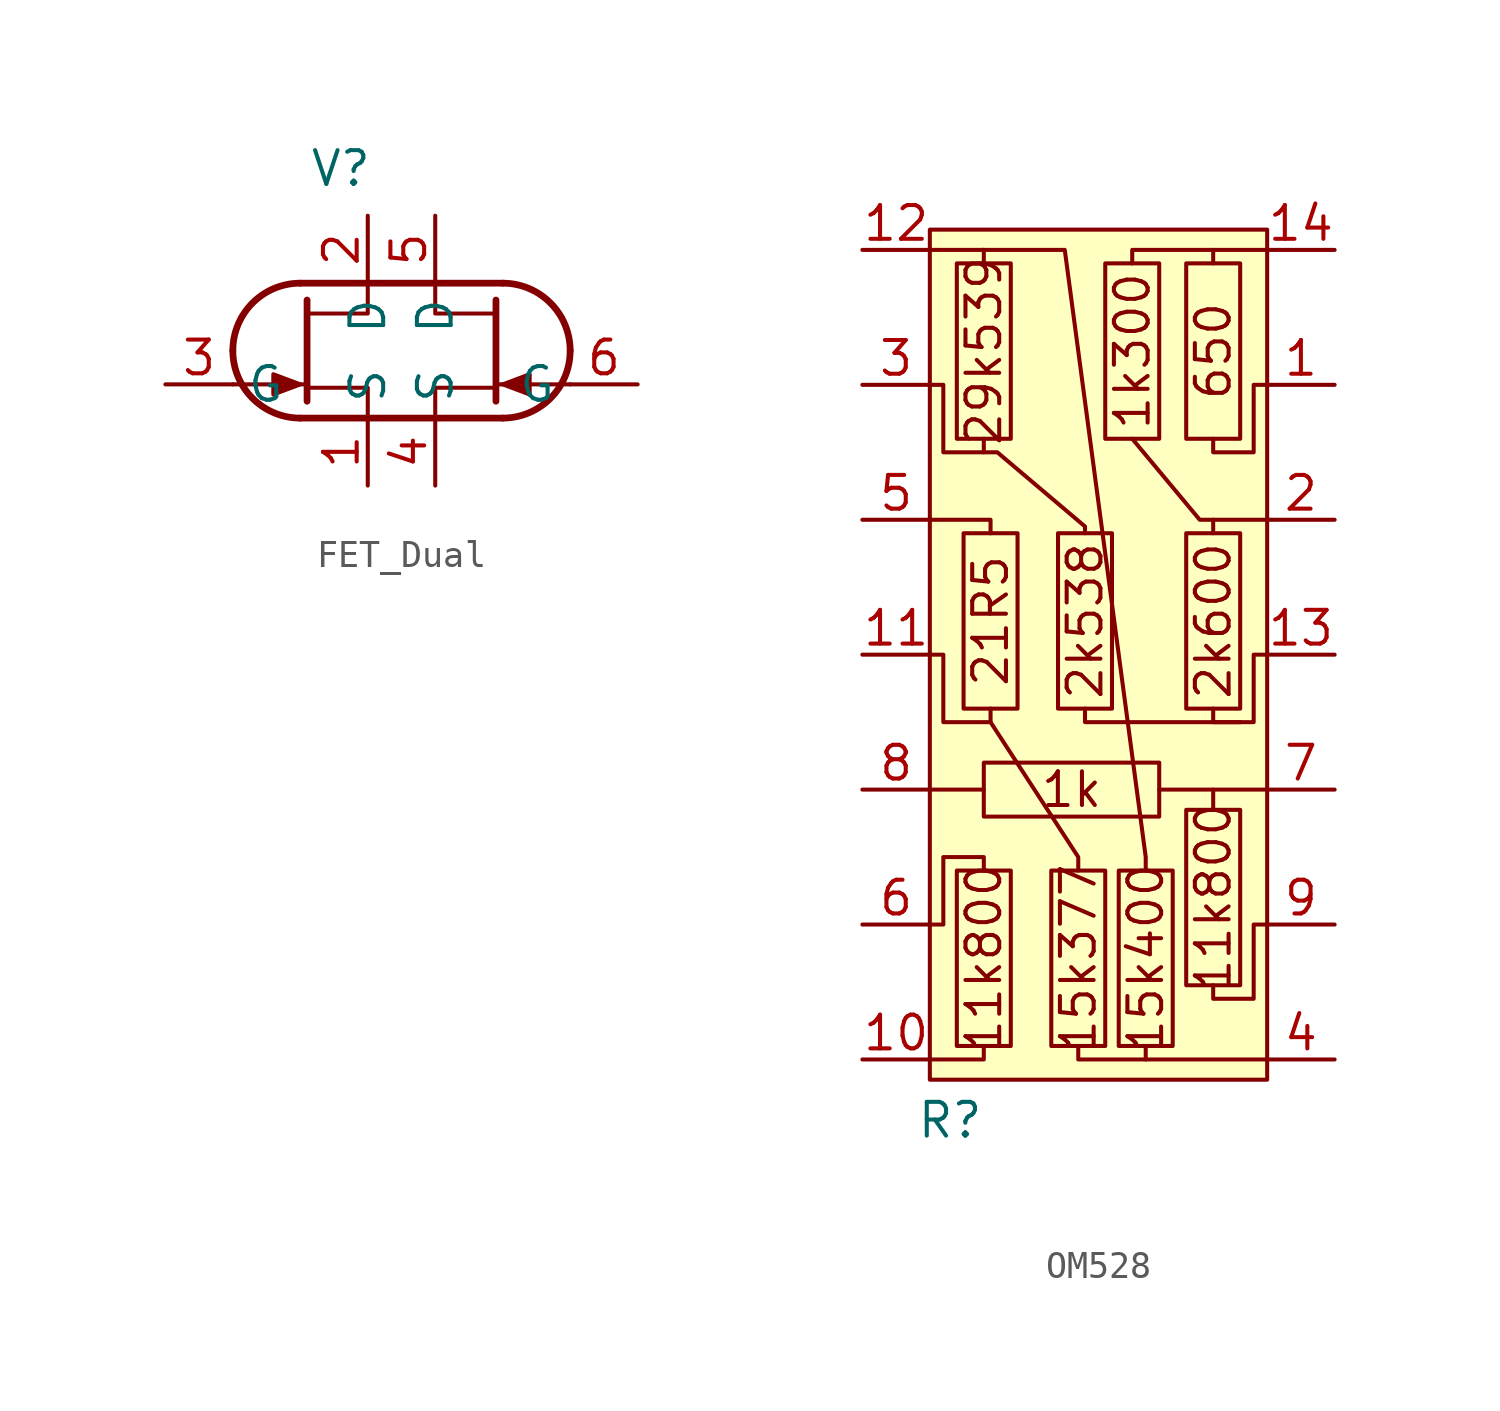
<source format=kicad_sym>
(kicad_symbol_lib
  (version 20241209)
  (generator "kicad_symbol_editor")
  (generator_version "9.0")
  (symbol "FET_Dual"
    (property "Reference" "V"
      (at -2.286 6.858 0)
      (effects (font (size 1.27 1.27))))
    (property "Value" ""
      (at 0 0 0)
      (effects (font (size 1.27 1.27))))
    (symbol "FET_Dual_0_1"
      (arc (start -6.35 0) (mid -5.6061 1.7961) (end -3.81 2.54) (stroke (width 0.254) (type default)) (fill (type none)))
      (arc (start -3.81 -2.54) (mid -5.6061 -1.7961) (end -6.35 0) (stroke (width 0.254) (type default)) (fill (type none)))
      (polyline (pts (xy -3.81 2.54) (xy 3.81 2.54)) (stroke (width 0.254) (type default)) (fill (type none)))
      (polyline (pts (xy -3.81 -1.27) (xy -4.826 -0.889) (xy -4.826 -1.651) (xy -3.81 -1.27)) (stroke (width 0) (type default)) (fill (type outline)))
      (polyline (pts (xy -3.556 1.905) (xy -3.556 -1.905)) (stroke (width 0.254) (type default)) (fill (type none)))
      (polyline (pts (xy -3.556 -1.27) (xy -6.35 -1.27)) (stroke (width 0) (type default)) (fill (type none)))
      (polyline (pts (xy -1.27 2.54) (xy -1.27 1.397) (xy -3.556 1.397)) (stroke (width 0) (type default)) (fill (type none)))
      (polyline (pts (xy -1.27 -2.54) (xy -1.27 -1.397) (xy -3.556 -1.397)) (stroke (width 0) (type default)) (fill (type none)))
      (polyline (pts (xy 1.27 2.54) (xy 1.27 1.397) (xy 3.556 1.397)) (stroke (width 0) (type default)) (fill (type none)))
      (polyline (pts (xy 1.27 -2.54) (xy 1.27 -1.397) (xy 3.556 -1.397)) (stroke (width 0) (type default)) (fill (type none)))
      (polyline (pts (xy 3.556 1.905) (xy 3.556 -1.905)) (stroke (width 0.254) (type default)) (fill (type none)))
      (polyline (pts (xy 3.556 -1.27) (xy 6.35 -1.27)) (stroke (width 0) (type default)) (fill (type none)))
      (arc (start 3.81 2.54) (mid 5.6061 1.7961) (end 6.35 0) (stroke (width 0.254) (type default)) (fill (type none)))
      (arc (start 6.35 0) (mid 5.6061 -1.7961) (end 3.81 -2.54) (stroke (width 0.254) (type default)) (fill (type none)))
      (polyline (pts (xy 3.81 -1.27) (xy 4.826 -0.889) (xy 4.826 -1.651) (xy 3.81 -1.27)) (stroke (width 0) (type default)) (fill (type outline)))
      (polyline (pts (xy 3.81 -2.54) (xy -3.81 -2.54)) (stroke (width 0.254) (type default)) (fill (type none))))
    (symbol "FET_Dual_1_1"
      (pin input line (at -8.89 -1.27 0) (length 2.54) (name "G" (effects (font (size 1.27 1.27)))) (number "3" (effects (font (size 1.27 1.27)))))
      (pin passive line (at -1.27 5.08 270) (length 2.54) (name "D" (effects (font (size 1.27 1.27)))) (number "2" (effects (font (size 1.27 1.27)))))
      (pin passive line (at -1.27 -5.08 90) (length 2.54) (name "S" (effects (font (size 1.27 1.27)))) (number "1" (effects (font (size 1.27 1.27)))))
      (pin passive line (at 1.27 5.08 270) (length 2.54) (name "D" (effects (font (size 1.27 1.27)))) (number "5" (effects (font (size 1.27 1.27)))))
      (pin passive line (at 1.27 -5.08 90) (length 2.54) (name "S" (effects (font (size 1.27 1.27)))) (number "4" (effects (font (size 1.27 1.27)))))
      (pin input line (at 8.89 -1.27 180) (length 2.54) (name "G" (effects (font (size 1.27 1.27)))) (number "6" (effects (font (size 1.27 1.27)))))))
  (symbol "OM528"
    (property "Reference" "R"
      (at -5.588 -17.526 0)
      (effects (font (size 1.27 1.27))))
    (property "Value" ""
      (at 0 0 0)
      (effects (font (size 1.27 1.27))))
    (symbol "OM528_0_1"
      (polyline (pts (xy -6.35 5.08) (xy -4.064 5.08) (xy -4.064 4.572)) (stroke (width 0) (type default)) (fill (type none)))
      (polyline (pts (xy -6.35 -15.24) (xy -4.318 -15.24) (xy -4.318 -14.732)) (stroke (width 0) (type default)) (fill (type none)))
      (polyline (pts (xy -4.318 15.24) (xy -6.35 15.24)) (stroke (width 0) (type default)) (fill (type none)))
      (polyline (pts (xy -4.318 15.24) (xy -1.27 15.24) (xy 1.778 -7.62) (xy 1.778 -8.128)) (stroke (width 0) (type default)) (fill (type none)))
      (polyline (pts (xy -4.318 14.732) (xy -4.318 15.24)) (stroke (width 0) (type default)) (fill (type none)))
      (polyline (pts (xy -4.318 8.128) (xy -4.318 7.62) (xy -5.842 7.62) (xy -5.842 10.16) (xy -6.35 10.16)) (stroke (width 0) (type default)) (fill (type none)))
      (polyline (pts (xy -4.318 -5.08) (xy -6.35 -5.08)) (stroke (width 0) (type default)) (fill (type none)))
      (polyline (pts (xy -4.318 -8.128) (xy -4.318 -7.62) (xy -5.842 -7.62) (xy -5.842 -10.16) (xy -6.35 -10.16)) (stroke (width 0) (type default)) (fill (type none)))
      (polyline (pts (xy -4.064 -2.032) (xy -4.064 -2.54) (xy -5.842 -2.54) (xy -5.842 0) (xy -6.35 0)) (stroke (width 0) (type default)) (fill (type none)))
      (polyline (pts (xy -0.762 -8.128) (xy -0.762 -7.62) (xy -4.064 -2.54)) (stroke (width 0) (type default)) (fill (type none)))
      (polyline (pts (xy -0.508 4.572) (xy -0.508 4.826) (xy -3.81 7.62) (xy -4.318 7.62)) (stroke (width 0) (type default)) (fill (type none)))
      (polyline (pts (xy 1.27 8.128) (xy 3.81 5.08) (xy 6.35 5.08)) (stroke (width 0) (type default)) (fill (type none)))
      (polyline (pts (xy 1.778 -15.24) (xy -0.762 -15.24) (xy -0.762 -14.732)) (stroke (width 0) (type default)) (fill (type none)))
      (polyline (pts (xy 2.286 -5.08) (xy 6.35 -5.08)) (stroke (width 0) (type default)) (fill (type none)))
      (polyline (pts (xy 4.318 14.732) (xy 4.318 15.24)) (stroke (width 0) (type default)) (fill (type none)))
      (polyline (pts (xy 4.318 5.08) (xy 4.318 4.572)) (stroke (width 0) (type default)) (fill (type none)))
      (polyline (pts (xy 4.318 -5.842) (xy 4.318 -5.08)) (stroke (width 0) (type default)) (fill (type none)))
      (polyline (pts (xy 4.318 -12.446) (xy 4.318 -12.954) (xy 5.842 -12.954) (xy 5.842 -10.16) (xy 6.35 -10.16)) (stroke (width 0) (type default)) (fill (type none)))
      (polyline (pts (xy 5.334 -2.54) (xy -0.508 -2.54) (xy -0.508 -2.032)) (stroke (width 0) (type default)) (fill (type none)))
      (polyline (pts (xy 6.35 15.24) (xy 1.27 15.24) (xy 1.27 14.732)) (stroke (width 0) (type default)) (fill (type none)))
      (polyline (pts (xy 6.35 10.16) (xy 5.842 10.16) (xy 5.842 7.62) (xy 4.318 7.62) (xy 4.318 8.128)) (stroke (width 0) (type default)) (fill (type none)))
      (polyline (pts (xy 6.35 0) (xy 5.842 0) (xy 5.842 -2.54) (xy 4.318 -2.54) (xy 4.318 -2.032)) (stroke (width 0) (type default)) (fill (type none)))
      (polyline (pts (xy 6.35 -15.24) (xy 1.778 -15.24) (xy 1.778 -14.732)) (stroke (width 0) (type default)) (fill (type none))))
    (symbol "OM528_1_1"
      (rectangle (start -6.35 16.002) (end 6.35 -16.002) (stroke (width 0) (type default)) (fill (type background)))
      (rectangle (start -4.318 -6.096) (end 2.286 -4.064) (stroke (width 0) (type default)) (fill (type none)))
      (rectangle (start -3.302 8.128) (end -5.334 14.732) (stroke (width 0) (type default)) (fill (type none)))
      (rectangle (start -3.302 -14.732) (end -5.334 -8.128) (stroke (width 0) (type default)) (fill (type none)))
      (rectangle (start -3.048 -2.032) (end -5.08 4.572) (stroke (width 0) (type default)) (fill (type none)))
      (rectangle (start 0.254 -14.732) (end -1.778 -8.128) (stroke (width 0) (type default)) (fill (type none)))
      (rectangle (start 0.508 -2.032) (end -1.524 4.572) (stroke (width 0) (type default)) (fill (type none)))
      (rectangle (start 2.286 8.128) (end 0.254 14.732) (stroke (width 0) (type default)) (fill (type none)))
      (rectangle (start 2.794 -14.732) (end 0.762 -8.128) (stroke (width 0) (type default)) (fill (type none)))
      (rectangle (start 3.302 -5.842) (end 5.334 -12.446) (stroke (width 0) (type default)) (fill (type none)))
      (rectangle (start 5.334 8.128) (end 3.302 14.732) (stroke (width 0) (type default)) (fill (type none)))
      (rectangle (start 5.334 -2.032) (end 3.302 4.572) (stroke (width 0) (type default)) (fill (type none)))
      (text "29k539" (at -4.318 11.43 900) (effects (font (size 1.27 1.27))))
      (text "11k800" (at -4.318 -11.43 900) (effects (font (size 1.27 1.27))))
      (text "21R5" (at -4.064 1.27 900) (effects (font (size 1.27 1.27))))
      (text "1k\n" (at -1.016 -5.08 0) (effects (font (size 1.27 1.27))))
      (text "15k377" (at -0.762 -11.43 900) (effects (font (size 1.27 1.27))))
      (text "2k538" (at -0.508 1.27 900) (effects (font (size 1.27 1.27))))
      (text "1k300" (at 1.27 11.43 900) (effects (font (size 1.27 1.27))))
      (text "15k400" (at 1.778 -11.43 900) (effects (font (size 1.27 1.27))))
      (text "650" (at 4.318 11.43 900) (effects (font (size 1.27 1.27))))
      (text "2k600" (at 4.318 1.27 900) (effects (font (size 1.27 1.27))))
      (text "11k800" (at 4.318 -9.144 900) (effects (font (size 1.27 1.27))))
      (pin passive line (at -8.89 15.24 0) (length 2.54) (name "" (effects (font (size 1.27 1.27)))) (number "12" (effects (font (size 1.27 1.27)))))
      (pin passive line (at -8.89 10.16 0) (length 2.54) (name "" (effects (font (size 1.27 1.27)))) (number "3" (effects (font (size 1.27 1.27)))))
      (pin passive line (at -8.89 5.08 0) (length 2.54) (name "" (effects (font (size 1.27 1.27)))) (number "5" (effects (font (size 1.27 1.27)))))
      (pin passive line (at -8.89 0 0) (length 2.54) (name "" (effects (font (size 1.27 1.27)))) (number "11" (effects (font (size 1.27 1.27)))))
      (pin passive line (at -8.89 -5.08 0) (length 2.54) (name "" (effects (font (size 1.27 1.27)))) (number "8" (effects (font (size 1.27 1.27)))))
      (pin passive line (at -8.89 -10.16 0) (length 2.54) (name "" (effects (font (size 1.27 1.27)))) (number "6" (effects (font (size 1.27 1.27)))))
      (pin passive line (at -8.89 -15.24 0) (length 2.54) (name "" (effects (font (size 1.27 1.27)))) (number "10" (effects (font (size 1.27 1.27)))))
      (pin passive line (at 8.89 15.24 180) (length 2.54) (name "" (effects (font (size 1.27 1.27)))) (number "14" (effects (font (size 1.27 1.27)))))
      (pin passive line (at 8.89 10.16 180) (length 2.54) (name "" (effects (font (size 1.27 1.27)))) (number "1" (effects (font (size 1.27 1.27)))))
      (pin passive line (at 8.89 5.08 180) (length 2.54) (name "" (effects (font (size 1.27 1.27)))) (number "2" (effects (font (size 1.27 1.27)))))
      (pin passive line (at 8.89 0 180) (length 2.54) (name "" (effects (font (size 1.27 1.27)))) (number "13" (effects (font (size 1.27 1.27)))))
      (pin passive line (at 8.89 -5.08 180) (length 2.54) (name "" (effects (font (size 1.27 1.27)))) (number "7" (effects (font (size 1.27 1.27)))))
      (pin passive line (at 8.89 -10.16 180) (length 2.54) (name "" (effects (font (size 1.27 1.27)))) (number "9" (effects (font (size 1.27 1.27)))))
      (pin passive line (at 8.89 -15.24 180) (length 2.54) (name "" (effects (font (size 1.27 1.27)))) (number "4" (effects (font (size 1.27 1.27))))))))
</source>
